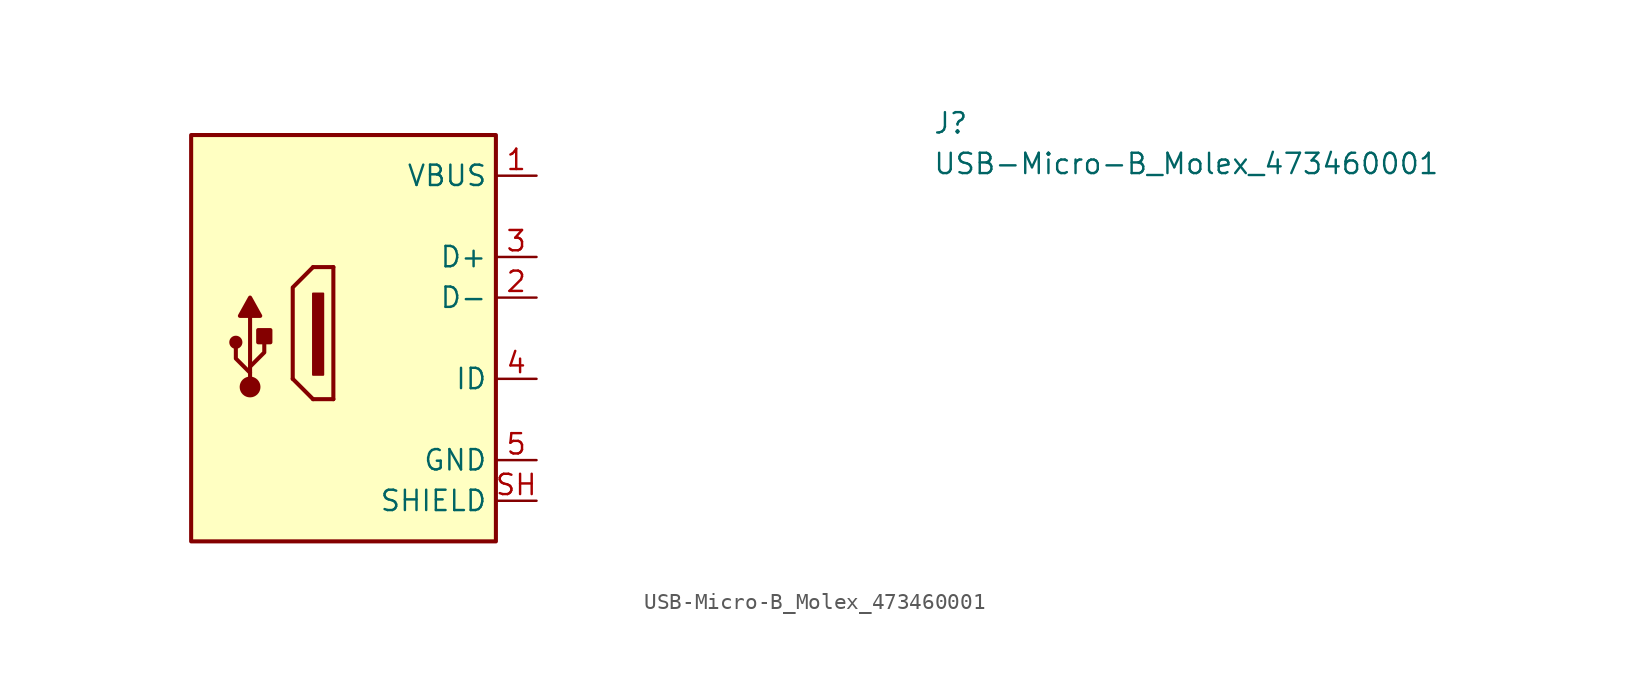
<source format=kicad_sym>
(kicad_symbol_lib
  (version 20220914)
  (generator kicad_symbol_editor)
  (symbol "USB-Micro-B_Molex_473460001"
    (property "Reference" "J"
      (at 24.765 2.54 0)
      (effects (font (size 1.27 1.27) (thickness 0.15)) (justify left bottom)))
    (property "Value" "USB-Micro-B_Molex_473460001"
      (at 24.765 0 0)
      (effects (font (size 1.27 1.27) (thickness 0.15)) (justify left bottom)))
    (symbol "USB-Micro-B_Molex_473460001_0_1"
      (rectangle (start -13.335 -7.366) (end -13.97 -12.446) (stroke (width 0.127) (type default)) (fill (type outline)))
      (polyline (pts (xy -13.97 -13.97) (xy -15.24 -12.7)) (stroke (width 0.254) (type default)) (fill (type none)))
      (polyline (pts (xy -12.7 -13.97) (xy -13.97 -13.97)) (stroke (width 0.254) (type default)) (fill (type none)))
      (polyline (pts (xy -12.7 -13.97) (xy -12.7 -5.715)) (stroke (width 0.254) (type default)) (fill (type none)))
      (polyline (pts (xy -12.7 -5.715) (xy -13.97 -5.715)) (stroke (width 0.254) (type default)) (fill (type none)))
      (polyline (pts (xy -13.97 -5.715) (xy -15.24 -6.985) (xy -15.24 -12.7)) (stroke (width 0.254) (type default)) (fill (type none))))
    (symbol "USB-Micro-B_Molex_473460001_1_1"
      (rectangle (start -21.59 2.54) (end -2.54 -22.86) (stroke (width 0.254) (type default)) (fill (type background)))
      (circle (center -18.796 -10.414) (radius 0.284) (stroke (width 0.254) (type default)) (fill (type outline)))
      (circle (center -17.907 -13.208) (radius 0.524) (stroke (width 0.254) (type default)) (fill (type outline)))
      (rectangle (start -17.399 -10.414) (end -16.637 -9.652) (stroke (width 0.254) (type default)) (fill (type outline)))
      (polyline (pts (xy -17.907 -13.081) (xy -17.907 -8.763)) (stroke (width 0.254) (type default)) (fill (type background)))
      (polyline (pts (xy -17.907 -12.319) (xy -18.796 -11.43) (xy -18.796 -10.795)) (stroke (width 0.254) (type default)) (fill (type background)))
      (polyline (pts (xy -17.907 -11.938) (xy -17.018 -11.049) (xy -17.018 -10.414)) (stroke (width 0.254) (type default)) (fill (type background)))
      (polyline (pts (xy -18.542 -8.763) (xy -17.907 -7.62) (xy -17.272 -8.763) (xy -18.542 -8.763)) (stroke (width 0.254) (type default)) (fill (type outline)))
      (pin passive line (at 0 0 180) (length 2.54) (name "VBUS" (effects (font (size 1.27 1.27)))) (number "1" (effects (font (size 1.27 1.27)))))
      (pin bidirectional line (at 0 -7.62 180) (length 2.54) (name "D-" (effects (font (size 1.27 1.27)))) (number "2" (effects (font (size 1.27 1.27)))))
      (pin bidirectional line (at 0 -5.08 180) (length 2.54) (name "D+" (effects (font (size 1.27 1.27)))) (number "3" (effects (font (size 1.27 1.27)))))
      (pin bidirectional line (at 0 -12.7 180) (length 2.54) (name "ID" (effects (font (size 1.27 1.27)))) (number "4" (effects (font (size 1.27 1.27)))))
      (pin power_in line (at 0 -17.78 180) (length 2.54) (name "GND" (effects (font (size 1.27 1.27)))) (number "5" (effects (font (size 1.27 1.27)))))
      (pin passive line (at 0 -20.32 180) (length 2.54) (name "SHIELD" (effects (font (size 1.27 1.27)))) (number "SH" (effects (font (size 1.27 1.27))))))))
</source>
